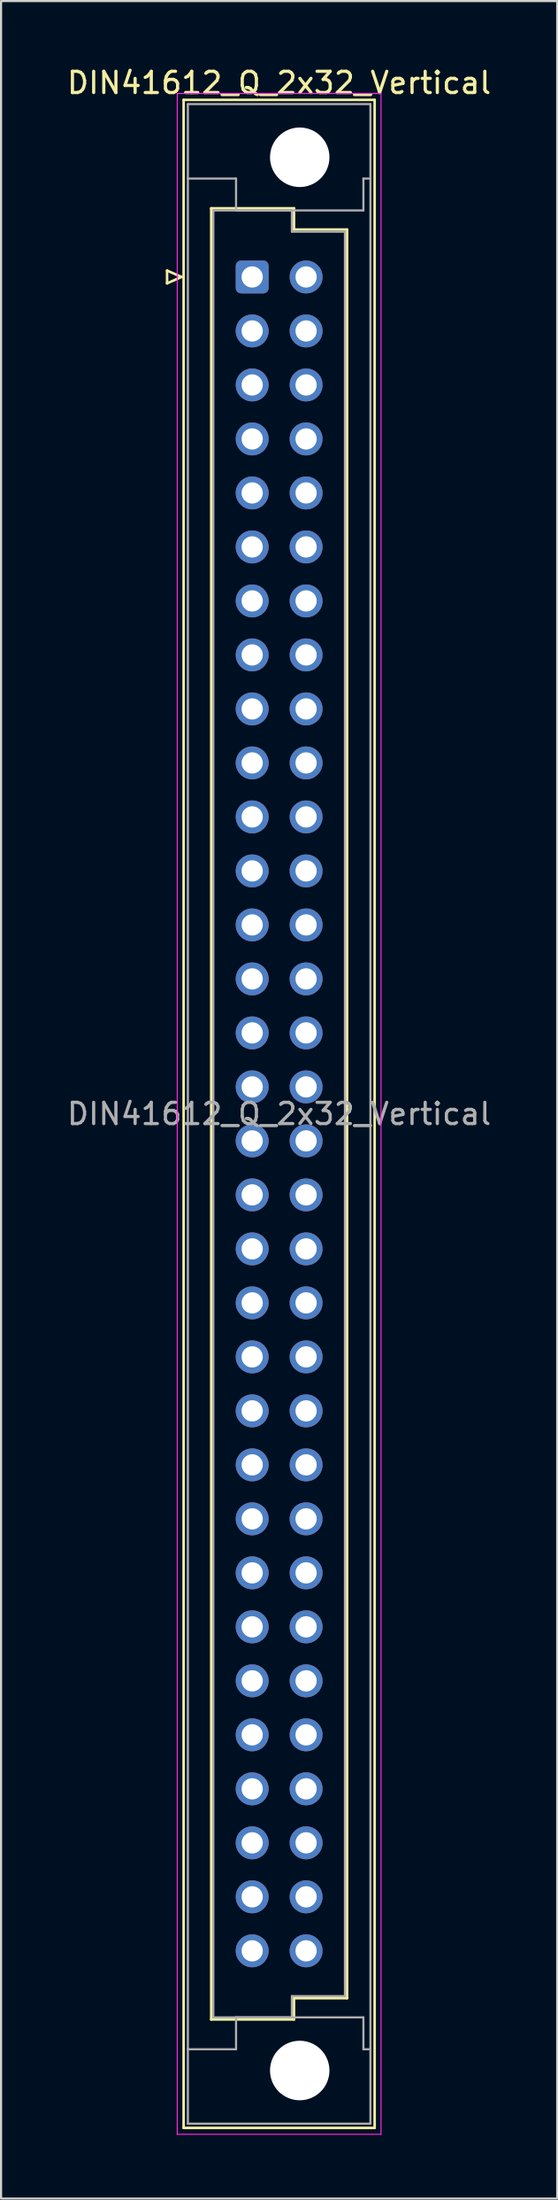
<source format=kicad_pcb>
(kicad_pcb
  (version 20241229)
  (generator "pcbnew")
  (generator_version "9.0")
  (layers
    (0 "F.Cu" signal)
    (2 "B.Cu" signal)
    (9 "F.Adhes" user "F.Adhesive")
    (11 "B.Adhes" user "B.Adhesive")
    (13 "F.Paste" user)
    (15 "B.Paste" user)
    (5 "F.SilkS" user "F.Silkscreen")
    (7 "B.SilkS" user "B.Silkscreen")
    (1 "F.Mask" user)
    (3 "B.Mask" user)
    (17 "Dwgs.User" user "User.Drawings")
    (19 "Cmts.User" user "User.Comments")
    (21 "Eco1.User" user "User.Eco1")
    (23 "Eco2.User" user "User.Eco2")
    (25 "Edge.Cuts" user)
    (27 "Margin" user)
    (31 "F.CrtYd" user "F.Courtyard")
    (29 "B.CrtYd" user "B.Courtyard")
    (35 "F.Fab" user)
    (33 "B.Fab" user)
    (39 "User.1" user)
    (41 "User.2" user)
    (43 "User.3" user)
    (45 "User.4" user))
  (footprint "DIN41612_Q_2x32_Vertical"
    (layer "F.Cu")
    (at 8.831 9.978)
    (property "Reference" "DIN41612_Q_2x32_Vertical" (at 1.27 -9.13 0) (layer "F.SilkS") (effects (font (size 1 1) (thickness 0.15))))
    (attr through_hole)
    (fp_line (start -4.01 -0.3) (end -4.01 0.3) (stroke (width 0.12) (type solid)) (layer "F.SilkS"))
    (fp_line (start -4.01 0.3) (end -3.33 0) (stroke (width 0.12) (type solid)) (layer "F.SilkS"))
    (fp_line (start -3.33 0) (end -4.01 -0.3) (stroke (width 0.12) (type solid)) (layer "F.SilkS"))
    (fp_line (start -3.23 -8.33) (end 5.77 -8.33) (stroke (width 0.12) (type solid)) (layer "F.SilkS"))
    (fp_line (start -3.23 87.07) (end -3.23 -8.33) (stroke (width 0.12) (type solid)) (layer "F.SilkS"))
    (fp_line (start -1.93 -3.23) (end 1.97 -3.23) (stroke (width 0.12) (type solid)) (layer "F.SilkS"))
    (fp_line (start -1.93 81.97) (end -1.93 -3.23) (stroke (width 0.12) (type solid)) (layer "F.SilkS"))
    (fp_line (start 1.97 -3.23) (end 1.97 -2.23) (stroke (width 0.12) (type solid)) (layer "F.SilkS"))
    (fp_line (start 1.97 -2.23) (end 4.47 -2.23) (stroke (width 0.12) (type solid)) (layer "F.SilkS"))
    (fp_line (start 1.97 80.97) (end 1.97 81.97) (stroke (width 0.12) (type solid)) (layer "F.SilkS"))
    (fp_line (start 1.97 81.97) (end -1.93 81.97) (stroke (width 0.12) (type solid)) (layer "F.SilkS"))
    (fp_line (start 4.47 -2.23) (end 4.47 80.97) (stroke (width 0.12) (type solid)) (layer "F.SilkS"))
    (fp_line (start 4.47 80.97) (end 1.97 80.97) (stroke (width 0.12) (type solid)) (layer "F.SilkS"))
    (fp_line (start 5.77 -8.33) (end 5.77 87.07) (stroke (width 0.12) (type solid)) (layer "F.SilkS"))
    (fp_line (start 5.77 87.07) (end -3.23 87.07) (stroke (width 0.12) (type solid)) (layer "F.SilkS"))
    (fp_line (start -3.53 -8.63) (end 6.07 -8.63) (stroke (width 0.05) (type solid)) (layer "F.CrtYd"))
    (fp_line (start -3.53 87.37) (end -3.53 -8.63) (stroke (width 0.05) (type solid)) (layer "F.CrtYd"))
    (fp_line (start 6.07 -8.63) (end 6.07 87.37) (stroke (width 0.05) (type solid)) (layer "F.CrtYd"))
    (fp_line (start 6.07 87.37) (end -3.53 87.37) (stroke (width 0.05) (type solid)) (layer "F.CrtYd"))
    (fp_line (start -3.03 -8.13) (end 5.57 -8.13) (stroke (width 0.1) (type solid)) (layer "F.Fab"))
    (fp_line (start -3.03 -4.63) (end -0.76 -4.63) (stroke (width 0.1) (type solid)) (layer "F.Fab"))
    (fp_line (start -3.03 83.37) (end -0.76 83.37) (stroke (width 0.1) (type solid)) (layer "F.Fab"))
    (fp_line (start -3.03 86.87) (end -3.03 -8.13) (stroke (width 0.1) (type solid)) (layer "F.Fab"))
    (fp_line (start -1.83 -3.13) (end 1.87 -3.13) (stroke (width 0.1) (type solid)) (layer "F.Fab"))
    (fp_line (start -1.83 81.87) (end -1.83 -3.13) (stroke (width 0.1) (type solid)) (layer "F.Fab"))
    (fp_line (start -0.76 -4.63) (end -0.76 -3.13) (stroke (width 0.1) (type solid)) (layer "F.Fab"))
    (fp_line (start -0.76 -3.13) (end 5.24 -3.13) (stroke (width 0.1) (type solid)) (layer "F.Fab"))
    (fp_line (start -0.76 81.87) (end 5.24 81.87) (stroke (width 0.1) (type solid)) (layer "F.Fab"))
    (fp_line (start -0.76 83.37) (end -0.76 81.87) (stroke (width 0.1) (type solid)) (layer "F.Fab"))
    (fp_line (start 1.87 -3.13) (end 1.87 -2.13) (stroke (width 0.1) (type solid)) (layer "F.Fab"))
    (fp_line (start 1.87 -2.13) (end 4.37 -2.13) (stroke (width 0.1) (type solid)) (layer "F.Fab"))
    (fp_line (start 1.87 80.87) (end 1.87 81.87) (stroke (width 0.1) (type solid)) (layer "F.Fab"))
    (fp_line (start 1.87 81.87) (end -1.83 81.87) (stroke (width 0.1) (type solid)) (layer "F.Fab"))
    (fp_line (start 4.37 -2.13) (end 4.37 80.87) (stroke (width 0.1) (type solid)) (layer "F.Fab"))
    (fp_line (start 4.37 80.87) (end 1.87 80.87) (stroke (width 0.1) (type solid)) (layer "F.Fab"))
    (fp_line (start 5.24 -4.63) (end 5.57 -4.63) (stroke (width 0.1) (type solid)) (layer "F.Fab"))
    (fp_line (start 5.24 -3.13) (end 5.24 -4.63) (stroke (width 0.1) (type solid)) (layer "F.Fab"))
    (fp_line (start 5.24 81.87) (end 5.24 83.37) (stroke (width 0.1) (type solid)) (layer "F.Fab"))
    (fp_line (start 5.24 83.37) (end 5.57 83.37) (stroke (width 0.1) (type solid)) (layer "F.Fab"))
    (fp_line (start 5.57 -8.13) (end 5.57 86.87) (stroke (width 0.1) (type solid)) (layer "F.Fab"))
    (fp_line (start 5.57 86.87) (end -3.03 86.87) (stroke (width 0.1) (type solid)) (layer "F.Fab"))
    (fp_text user "${REFERENCE}" (at 1.27 39.37 0) (layer "F.Fab") (effects (font (size 1 1) (thickness 0.15))))
    (pad "" np_thru_hole circle (at 2.24 -5.63) (size 2.8 2.8) (drill 2.8) (layers "*.Cu" "*.Mask"))
    (pad "" np_thru_hole circle (at 2.24 84.37) (size 2.8 2.8) (drill 2.8) (layers "*.Cu" "*.Mask"))
    (pad "a1" thru_hole roundrect (at 0 0) (size 1.55 1.55) (drill 1) (layers "*.Cu" "*.Mask") (roundrect_rratio 0.161))
    (pad "a2" thru_hole circle (at 0 2.54) (size 1.55 1.55) (drill 1) (layers "*.Cu" "*.Mask"))
    (pad "a3" thru_hole circle (at 0 5.08) (size 1.55 1.55) (drill 1) (layers "*.Cu" "*.Mask"))
    (pad "a4" thru_hole circle (at 0 7.62) (size 1.55 1.55) (drill 1) (layers "*.Cu" "*.Mask"))
    (pad "a5" thru_hole circle (at 0 10.16) (size 1.55 1.55) (drill 1) (layers "*.Cu" "*.Mask"))
    (pad "a6" thru_hole circle (at 0 12.7) (size 1.55 1.55) (drill 1) (layers "*.Cu" "*.Mask"))
    (pad "a7" thru_hole circle (at 0 15.24) (size 1.55 1.55) (drill 1) (layers "*.Cu" "*.Mask"))
    (pad "a8" thru_hole circle (at 0 17.78) (size 1.55 1.55) (drill 1) (layers "*.Cu" "*.Mask"))
    (pad "a9" thru_hole circle (at 0 20.32) (size 1.55 1.55) (drill 1) (layers "*.Cu" "*.Mask"))
    (pad "a10" thru_hole circle (at 0 22.86) (size 1.55 1.55) (drill 1) (layers "*.Cu" "*.Mask"))
    (pad "a11" thru_hole circle (at 0 25.4) (size 1.55 1.55) (drill 1) (layers "*.Cu" "*.Mask"))
    (pad "a12" thru_hole circle (at 0 27.94) (size 1.55 1.55) (drill 1) (layers "*.Cu" "*.Mask"))
    (pad "a13" thru_hole circle (at 0 30.48) (size 1.55 1.55) (drill 1) (layers "*.Cu" "*.Mask"))
    (pad "a14" thru_hole circle (at 0 33.02) (size 1.55 1.55) (drill 1) (layers "*.Cu" "*.Mask"))
    (pad "a15" thru_hole circle (at 0 35.56) (size 1.55 1.55) (drill 1) (layers "*.Cu" "*.Mask"))
    (pad "a16" thru_hole circle (at 0 38.1) (size 1.55 1.55) (drill 1) (layers "*.Cu" "*.Mask"))
    (pad "a17" thru_hole circle (at 0 40.64) (size 1.55 1.55) (drill 1) (layers "*.Cu" "*.Mask"))
    (pad "a18" thru_hole circle (at 0 43.18) (size 1.55 1.55) (drill 1) (layers "*.Cu" "*.Mask"))
    (pad "a19" thru_hole circle (at 0 45.72) (size 1.55 1.55) (drill 1) (layers "*.Cu" "*.Mask"))
    (pad "a20" thru_hole circle (at 0 48.26) (size 1.55 1.55) (drill 1) (layers "*.Cu" "*.Mask"))
    (pad "a21" thru_hole circle (at 0 50.8) (size 1.55 1.55) (drill 1) (layers "*.Cu" "*.Mask"))
    (pad "a22" thru_hole circle (at 0 53.34) (size 1.55 1.55) (drill 1) (layers "*.Cu" "*.Mask"))
    (pad "a23" thru_hole circle (at 0 55.88) (size 1.55 1.55) (drill 1) (layers "*.Cu" "*.Mask"))
    (pad "a24" thru_hole circle (at 0 58.42) (size 1.55 1.55) (drill 1) (layers "*.Cu" "*.Mask"))
    (pad "a25" thru_hole circle (at 0 60.96) (size 1.55 1.55) (drill 1) (layers "*.Cu" "*.Mask"))
    (pad "a26" thru_hole circle (at 0 63.5) (size 1.55 1.55) (drill 1) (layers "*.Cu" "*.Mask"))
    (pad "a27" thru_hole circle (at 0 66.04) (size 1.55 1.55) (drill 1) (layers "*.Cu" "*.Mask"))
    (pad "a28" thru_hole circle (at 0 68.58) (size 1.55 1.55) (drill 1) (layers "*.Cu" "*.Mask"))
    (pad "a29" thru_hole circle (at 0 71.12) (size 1.55 1.55) (drill 1) (layers "*.Cu" "*.Mask"))
    (pad "a30" thru_hole circle (at 0 73.66) (size 1.55 1.55) (drill 1) (layers "*.Cu" "*.Mask"))
    (pad "a31" thru_hole circle (at 0 76.2) (size 1.55 1.55) (drill 1) (layers "*.Cu" "*.Mask"))
    (pad "a32" thru_hole circle (at 0 78.74) (size 1.55 1.55) (drill 1) (layers "*.Cu" "*.Mask"))
    (pad "b1" thru_hole circle (at 2.54 0) (size 1.55 1.55) (drill 1) (layers "*.Cu" "*.Mask"))
    (pad "b2" thru_hole circle (at 2.54 2.54) (size 1.55 1.55) (drill 1) (layers "*.Cu" "*.Mask"))
    (pad "b3" thru_hole circle (at 2.54 5.08) (size 1.55 1.55) (drill 1) (layers "*.Cu" "*.Mask"))
    (pad "b4" thru_hole circle (at 2.54 7.62) (size 1.55 1.55) (drill 1) (layers "*.Cu" "*.Mask"))
    (pad "b5" thru_hole circle (at 2.54 10.16) (size 1.55 1.55) (drill 1) (layers "*.Cu" "*.Mask"))
    (pad "b6" thru_hole circle (at 2.54 12.7) (size 1.55 1.55) (drill 1) (layers "*.Cu" "*.Mask"))
    (pad "b7" thru_hole circle (at 2.54 15.24) (size 1.55 1.55) (drill 1) (layers "*.Cu" "*.Mask"))
    (pad "b8" thru_hole circle (at 2.54 17.78) (size 1.55 1.55) (drill 1) (layers "*.Cu" "*.Mask"))
    (pad "b9" thru_hole circle (at 2.54 20.32) (size 1.55 1.55) (drill 1) (layers "*.Cu" "*.Mask"))
    (pad "b10" thru_hole circle (at 2.54 22.86) (size 1.55 1.55) (drill 1) (layers "*.Cu" "*.Mask"))
    (pad "b11" thru_hole circle (at 2.54 25.4) (size 1.55 1.55) (drill 1) (layers "*.Cu" "*.Mask"))
    (pad "b12" thru_hole circle (at 2.54 27.94) (size 1.55 1.55) (drill 1) (layers "*.Cu" "*.Mask"))
    (pad "b13" thru_hole circle (at 2.54 30.48) (size 1.55 1.55) (drill 1) (layers "*.Cu" "*.Mask"))
    (pad "b14" thru_hole circle (at 2.54 33.02) (size 1.55 1.55) (drill 1) (layers "*.Cu" "*.Mask"))
    (pad "b15" thru_hole circle (at 2.54 35.56) (size 1.55 1.55) (drill 1) (layers "*.Cu" "*.Mask"))
    (pad "b16" thru_hole circle (at 2.54 38.1) (size 1.55 1.55) (drill 1) (layers "*.Cu" "*.Mask"))
    (pad "b17" thru_hole circle (at 2.54 40.64) (size 1.55 1.55) (drill 1) (layers "*.Cu" "*.Mask"))
    (pad "b18" thru_hole circle (at 2.54 43.18) (size 1.55 1.55) (drill 1) (layers "*.Cu" "*.Mask"))
    (pad "b19" thru_hole circle (at 2.54 45.72) (size 1.55 1.55) (drill 1) (layers "*.Cu" "*.Mask"))
    (pad "b20" thru_hole circle (at 2.54 48.26) (size 1.55 1.55) (drill 1) (layers "*.Cu" "*.Mask"))
    (pad "b21" thru_hole circle (at 2.54 50.8) (size 1.55 1.55) (drill 1) (layers "*.Cu" "*.Mask"))
    (pad "b22" thru_hole circle (at 2.54 53.34) (size 1.55 1.55) (drill 1) (layers "*.Cu" "*.Mask"))
    (pad "b23" thru_hole circle (at 2.54 55.88) (size 1.55 1.55) (drill 1) (layers "*.Cu" "*.Mask"))
    (pad "b24" thru_hole circle (at 2.54 58.42) (size 1.55 1.55) (drill 1) (layers "*.Cu" "*.Mask"))
    (pad "b25" thru_hole circle (at 2.54 60.96) (size 1.55 1.55) (drill 1) (layers "*.Cu" "*.Mask"))
    (pad "b26" thru_hole circle (at 2.54 63.5) (size 1.55 1.55) (drill 1) (layers "*.Cu" "*.Mask"))
    (pad "b27" thru_hole circle (at 2.54 66.04) (size 1.55 1.55) (drill 1) (layers "*.Cu" "*.Mask"))
    (pad "b28" thru_hole circle (at 2.54 68.58) (size 1.55 1.55) (drill 1) (layers "*.Cu" "*.Mask"))
    (pad "b29" thru_hole circle (at 2.54 71.12) (size 1.55 1.55) (drill 1) (layers "*.Cu" "*.Mask"))
    (pad "b30" thru_hole circle (at 2.54 73.66) (size 1.55 1.55) (drill 1) (layers "*.Cu" "*.Mask"))
    (pad "b31" thru_hole circle (at 2.54 76.2) (size 1.55 1.55) (drill 1) (layers "*.Cu" "*.Mask"))
    (pad "b32" thru_hole circle (at 2.54 78.74) (size 1.55 1.55) (drill 1) (layers "*.Cu" "*.Mask")))
  (gr_rect
    (start -3 -3)
    (end 23.202 100.373)
    (stroke (width 0.1) (type default))
    (fill no)
    (layer "Edge.Cuts")))
</source>
